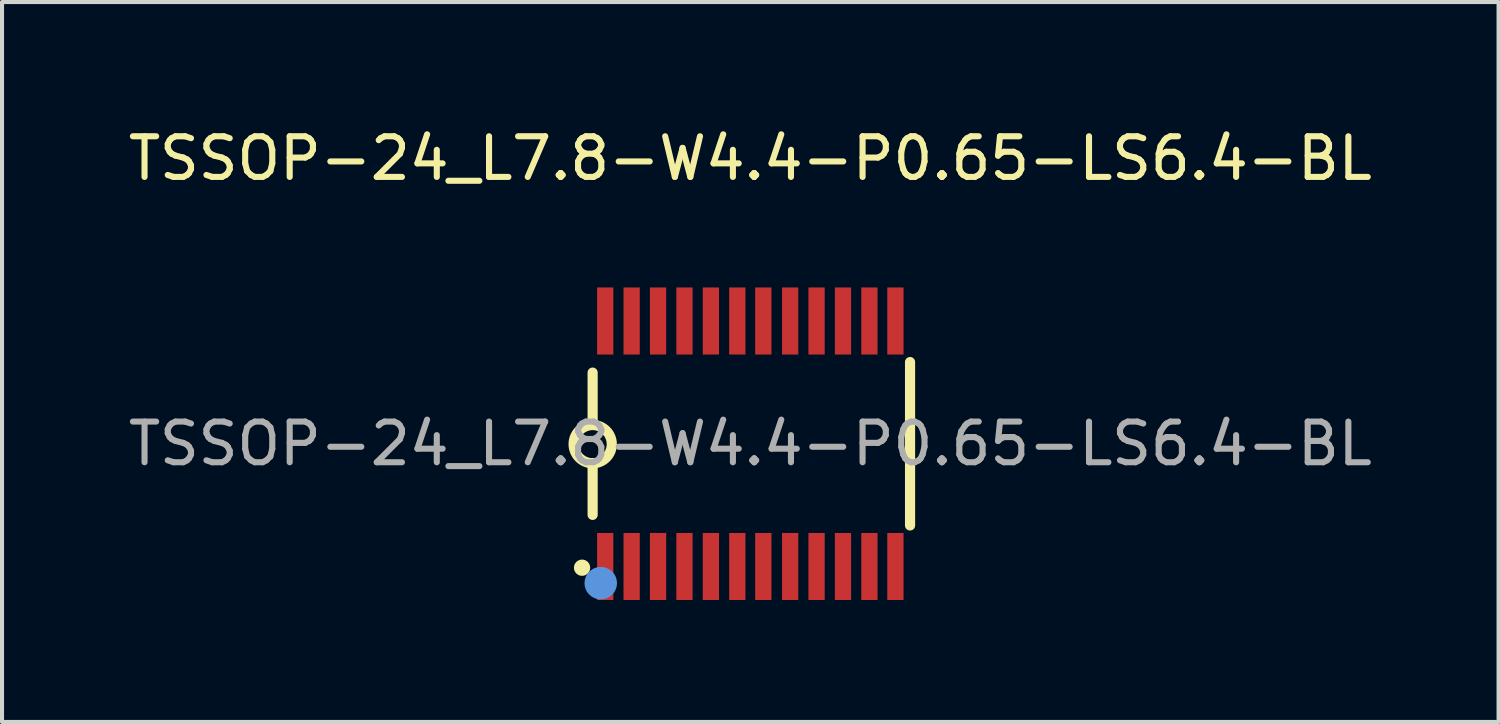
<source format=kicad_pcb>
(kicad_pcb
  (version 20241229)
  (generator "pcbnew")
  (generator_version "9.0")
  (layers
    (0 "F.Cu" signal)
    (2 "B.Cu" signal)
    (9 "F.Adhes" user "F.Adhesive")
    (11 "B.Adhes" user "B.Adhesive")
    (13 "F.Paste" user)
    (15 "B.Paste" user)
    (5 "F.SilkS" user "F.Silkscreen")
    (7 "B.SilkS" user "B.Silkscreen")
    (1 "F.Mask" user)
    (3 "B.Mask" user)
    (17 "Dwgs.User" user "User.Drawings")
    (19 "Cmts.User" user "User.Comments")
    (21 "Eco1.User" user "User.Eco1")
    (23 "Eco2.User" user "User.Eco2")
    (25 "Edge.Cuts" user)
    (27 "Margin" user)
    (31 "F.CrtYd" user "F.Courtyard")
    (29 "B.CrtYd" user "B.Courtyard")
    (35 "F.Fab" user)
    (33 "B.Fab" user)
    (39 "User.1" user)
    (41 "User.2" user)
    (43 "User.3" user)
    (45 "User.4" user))
  (footprint "TSSOP-24_L7.8-W4.4-P0.65-LS6.4-BL"
    (layer "F.Cu")
    (at 15.411 7.868)
    (property "Reference" "TSSOP-24_L7.8-W4.4-P0.65-LS6.4-BL" (at 0 -7.02 0) (layer "F.SilkS") (effects (font (size 1 1) (thickness 0.15))))
    (attr smd)
    (fp_line (start -3.88 -0.48) (end -3.88 -1.75) (stroke (width 0.25) (type solid)) (layer "F.SilkS"))
    (fp_line (start -3.88 1.75) (end -3.88 0.48) (stroke (width 0.25) (type solid)) (layer "F.SilkS"))
    (fp_line (start 3.93 -2.01) (end 3.93 2.01) (stroke (width 0.25) (type solid)) (layer "F.SilkS"))
    (fp_arc (start -3.888203 0.479928) (mid -3.875898 -0.459982) (end -3.88 0.48) (stroke (width 0.25) (type solid)) (layer "F.SilkS"))
    (fp_circle (center -4.14 3.05) (end -4.04 3.05) (stroke (width 0.2) (type solid)) (fill no) (layer "F.SilkS"))
    (fp_circle (center -3.68 3.43) (end -3.48 3.43) (stroke (width 0.4) (type solid)) (fill no) (layer "Cmts.User"))
    (fp_circle (center -3.9 3.19) (end -3.87 3.19) (stroke (width 0.06) (type solid)) (fill no) (layer "F.Fab"))
    (fp_text user "${REFERENCE}" (at 0 0 0) (layer "F.Fab") (effects (font (size 1 1) (thickness 0.15))))
    (pad "1" smd rect (at -3.57 3.02) (size 0.4 1.65) (layers "F.Cu" "F.Mask" "F.Paste"))
    (pad "2" smd rect (at -2.92 3.02) (size 0.4 1.65) (layers "F.Cu" "F.Mask" "F.Paste"))
    (pad "3" smd rect (at -2.27 3.02) (size 0.4 1.65) (layers "F.Cu" "F.Mask" "F.Paste"))
    (pad "4" smd rect (at -1.62 3.02) (size 0.4 1.65) (layers "F.Cu" "F.Mask" "F.Paste"))
    (pad "5" smd rect (at -0.97 3.02) (size 0.4 1.65) (layers "F.Cu" "F.Mask" "F.Paste"))
    (pad "6" smd rect (at -0.32 3.02) (size 0.4 1.65) (layers "F.Cu" "F.Mask" "F.Paste"))
    (pad "7" smd rect (at 0.32 3.02) (size 0.4 1.65) (layers "F.Cu" "F.Mask" "F.Paste"))
    (pad "8" smd rect (at 0.98 3.02) (size 0.4 1.65) (layers "F.Cu" "F.Mask" "F.Paste"))
    (pad "9" smd rect (at 1.63 3.02) (size 0.4 1.65) (layers "F.Cu" "F.Mask" "F.Paste"))
    (pad "10" smd rect (at 2.28 3.02) (size 0.4 1.65) (layers "F.Cu" "F.Mask" "F.Paste"))
    (pad "11" smd rect (at 2.93 3.02) (size 0.4 1.65) (layers "F.Cu" "F.Mask" "F.Paste"))
    (pad "12" smd rect (at 3.57 3.02) (size 0.4 1.65) (layers "F.Cu" "F.Mask" "F.Paste"))
    (pad "13" smd rect (at 3.57 -3.02) (size 0.4 1.65) (layers "F.Cu" "F.Mask" "F.Paste"))
    (pad "14" smd rect (at 2.93 -3.02) (size 0.4 1.65) (layers "F.Cu" "F.Mask" "F.Paste"))
    (pad "15" smd rect (at 2.28 -3.02) (size 0.4 1.65) (layers "F.Cu" "F.Mask" "F.Paste"))
    (pad "16" smd rect (at 1.63 -3.02) (size 0.4 1.65) (layers "F.Cu" "F.Mask" "F.Paste"))
    (pad "17" smd rect (at 0.98 -3.02) (size 0.4 1.65) (layers "F.Cu" "F.Mask" "F.Paste"))
    (pad "18" smd rect (at 0.32 -3.02) (size 0.4 1.65) (layers "F.Cu" "F.Mask" "F.Paste"))
    (pad "19" smd rect (at -0.32 -3.02) (size 0.4 1.65) (layers "F.Cu" "F.Mask" "F.Paste"))
    (pad "20" smd rect (at -0.97 -3.02) (size 0.4 1.65) (layers "F.Cu" "F.Mask" "F.Paste"))
    (pad "21" smd rect (at -1.62 -3.02) (size 0.4 1.65) (layers "F.Cu" "F.Mask" "F.Paste"))
    (pad "22" smd rect (at -2.27 -3.02) (size 0.4 1.65) (layers "F.Cu" "F.Mask" "F.Paste"))
    (pad "23" smd rect (at -2.92 -3.02) (size 0.4 1.65) (layers "F.Cu" "F.Mask" "F.Paste"))
    (pad "24" smd rect (at -3.57 -3.02) (size 0.4 1.65) (layers "F.Cu" "F.Mask" "F.Paste")))
  (gr_rect
    (start -3 -3)
    (end 33.821 14.713)
    (stroke (width 0.1) (type default))
    (fill no)
    (layer "Edge.Cuts")))
</source>
